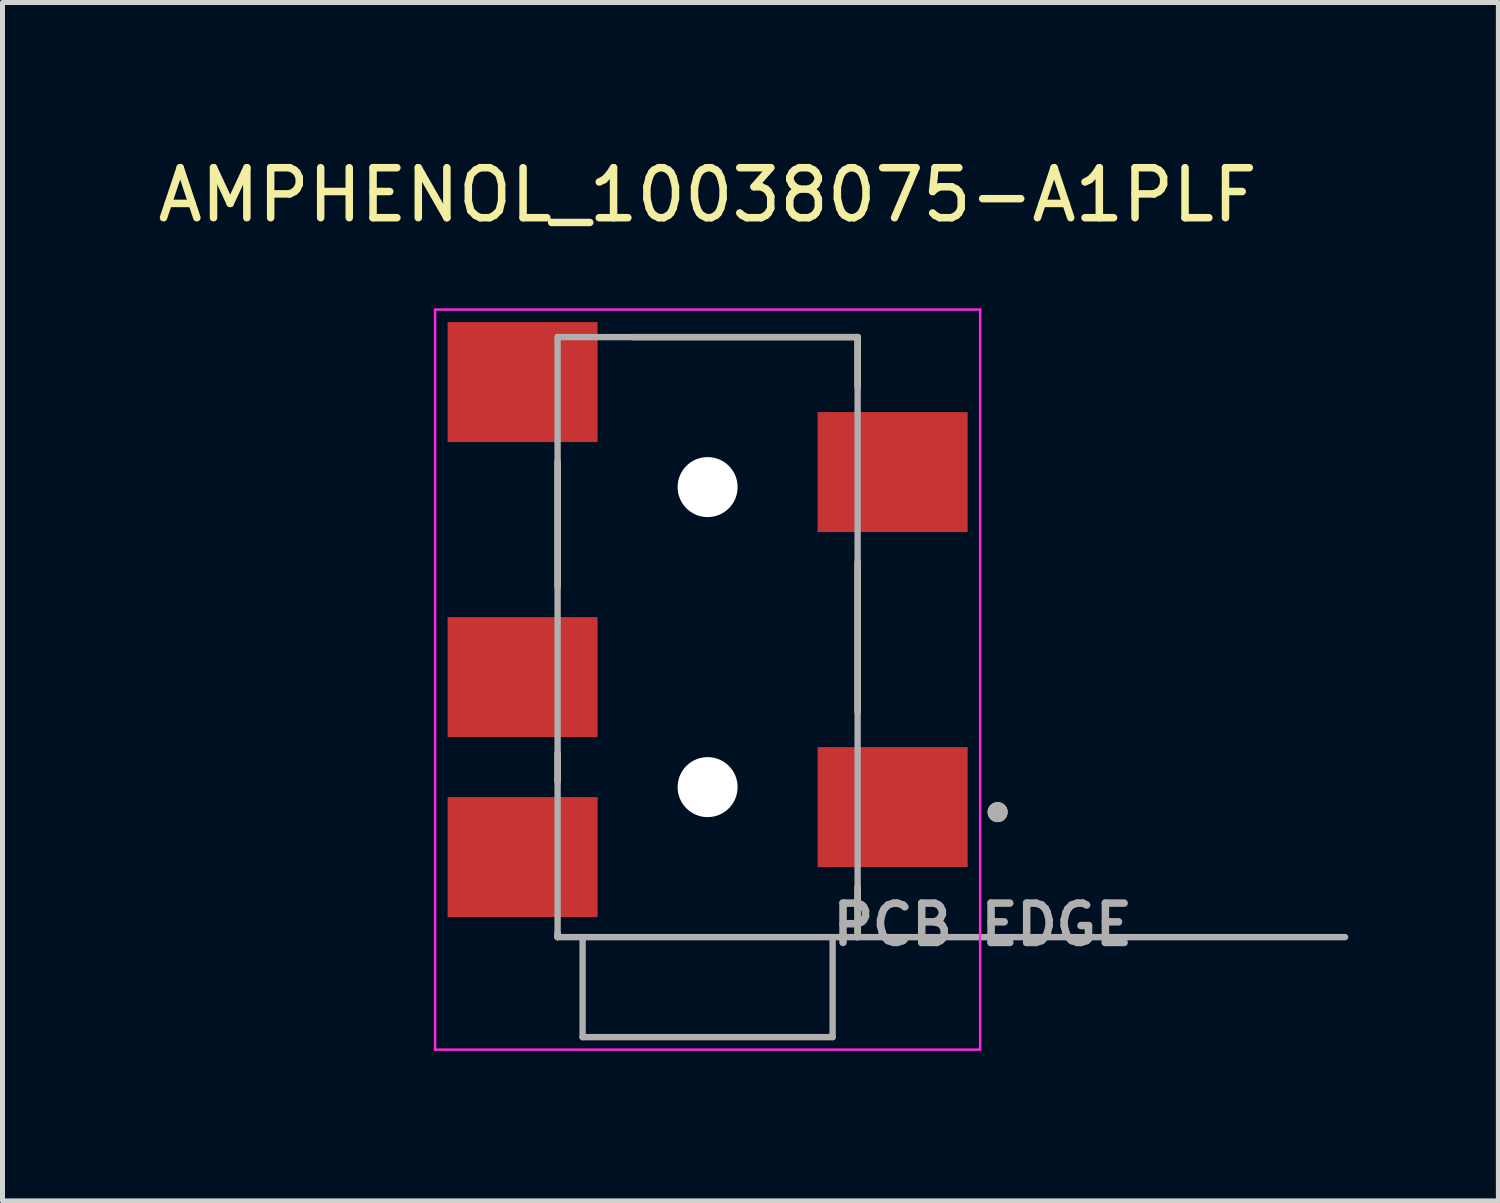
<source format=kicad_pcb>
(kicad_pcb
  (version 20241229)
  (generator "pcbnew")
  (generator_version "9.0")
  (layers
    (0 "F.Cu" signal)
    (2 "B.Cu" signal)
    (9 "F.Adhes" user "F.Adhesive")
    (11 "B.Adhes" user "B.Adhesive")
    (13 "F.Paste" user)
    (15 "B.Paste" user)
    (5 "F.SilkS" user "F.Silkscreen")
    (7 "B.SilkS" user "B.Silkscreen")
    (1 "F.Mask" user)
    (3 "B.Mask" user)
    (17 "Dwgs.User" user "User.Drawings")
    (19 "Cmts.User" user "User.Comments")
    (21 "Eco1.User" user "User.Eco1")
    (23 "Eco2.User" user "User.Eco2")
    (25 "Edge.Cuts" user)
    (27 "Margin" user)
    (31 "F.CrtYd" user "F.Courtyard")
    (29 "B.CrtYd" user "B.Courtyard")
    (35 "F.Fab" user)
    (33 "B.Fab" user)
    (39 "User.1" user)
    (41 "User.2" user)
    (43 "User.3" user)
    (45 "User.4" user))
  (footprint "AMPHENOL_10038075-A1PLF"
    (layer "F.Cu")
    (at 11.101 10.691)
    (property "Reference" "AMPHENOL_10038075-A1PLF" (at 0 -9.842 0) (layer "F.SilkS") (effects (font (size 1 1) (thickness 0.15))))
    (attr smd)
    (fp_line (start -3 -4.5) (end -3 -2) (stroke (width 0.127) (type solid)) (layer "F.SilkS"))
    (fp_line (start -3 1.887) (end -3 1.313) (stroke (width 0.127) (type solid)) (layer "F.SilkS"))
    (fp_line (start -3 4.915) (end -3 5) (stroke (width 0.127) (type solid)) (layer "F.SilkS"))
    (fp_line (start -1.5 -7) (end 3 -7) (stroke (width 0.127) (type solid)) (layer "F.SilkS"))
    (fp_line (start 3 -7) (end 3 -6) (stroke (width 0.127) (type solid)) (layer "F.SilkS"))
    (fp_line (start 3 -2.5) (end 3 0.5) (stroke (width 0.127) (type solid)) (layer "F.SilkS"))
    (fp_line (start 3 5) (end 3 4) (stroke (width 0.127) (type solid)) (layer "F.SilkS"))
    (fp_circle (center 5.8 2.5) (end 5.9 2.5) (stroke (width 0.2) (type solid)) (fill no) (layer "F.SilkS"))
    (fp_line (start -5.45 -7.55) (end -5.45 7.25) (stroke (width 0.05) (type solid)) (layer "F.CrtYd"))
    (fp_line (start -5.45 7.25) (end 5.45 7.25) (stroke (width 0.05) (type solid)) (layer "F.CrtYd"))
    (fp_line (start 5.45 -7.55) (end -5.45 -7.55) (stroke (width 0.05) (type solid)) (layer "F.CrtYd"))
    (fp_line (start 5.45 7.25) (end 5.45 -7.55) (stroke (width 0.05) (type solid)) (layer "F.CrtYd"))
    (fp_line (start -3 -7) (end -3 5) (stroke (width 0.127) (type solid)) (layer "F.Fab"))
    (fp_line (start -3 -7) (end 3 -7) (stroke (width 0.127) (type solid)) (layer "F.Fab"))
    (fp_line (start -3 5) (end -2.5 5) (stroke (width 0.127) (type solid)) (layer "F.Fab"))
    (fp_line (start -2.5 5) (end -2.5 7) (stroke (width 0.127) (type solid)) (layer "F.Fab"))
    (fp_line (start -2.5 5) (end 2.5 5) (stroke (width 0.127) (type solid)) (layer "F.Fab"))
    (fp_line (start 2.5 5) (end 2.5 7) (stroke (width 0.127) (type solid)) (layer "F.Fab"))
    (fp_line (start 2.5 5) (end 3 5) (stroke (width 0.127) (type solid)) (layer "F.Fab"))
    (fp_line (start 2.5 7) (end -2.5 7) (stroke (width 0.127) (type solid)) (layer "F.Fab"))
    (fp_line (start 3 5) (end 3 -7) (stroke (width 0.127) (type solid)) (layer "F.Fab"))
    (fp_line (start 3 5) (end 12.75 5) (stroke (width 0.127) (type solid)) (layer "F.Fab"))
    (fp_circle (center 5.8 2.5) (end 5.9 2.5) (stroke (width 0.2) (type solid)) (fill no) (layer "F.Fab"))
    (fp_text user "PCB EDGE" (at 5.5 4.75 0) (layer "F.Fab") (effects (font (size 0.787 0.787) (thickness 0.15))))
    (pad "" np_thru_hole circle (at 0 -4) (size 1.2 1.2) (drill 1.2) (layers "*.Cu" "*.Mask"))
    (pad "" np_thru_hole circle (at 0 2) (size 1.2 1.2) (drill 1.2) (layers "*.Cu" "*.Mask"))
    (pad "1" smd rect (at 3.7 2.4) (size 3 2.4) (layers "F.Cu" "F.Mask" "F.Paste"))
    (pad "2" smd rect (at 3.7 -4.3) (size 3 2.4) (layers "F.Cu" "F.Mask" "F.Paste"))
    (pad "3" smd rect (at -3.7 -0.2) (size 3 2.4) (layers "F.Cu" "F.Mask" "F.Paste"))
    (pad "4" smd rect (at -3.7 -6.1) (size 3 2.4) (layers "F.Cu" "F.Mask" "F.Paste"))
    (pad "5" smd rect (at -3.7 3.4) (size 3 2.4) (layers "F.Cu" "F.Mask" "F.Paste")))
  (gr_rect
    (start -3 -3)
    (end 26.915 20.966)
    (stroke (width 0.1) (type default))
    (fill no)
    (layer "Edge.Cuts")))
</source>
